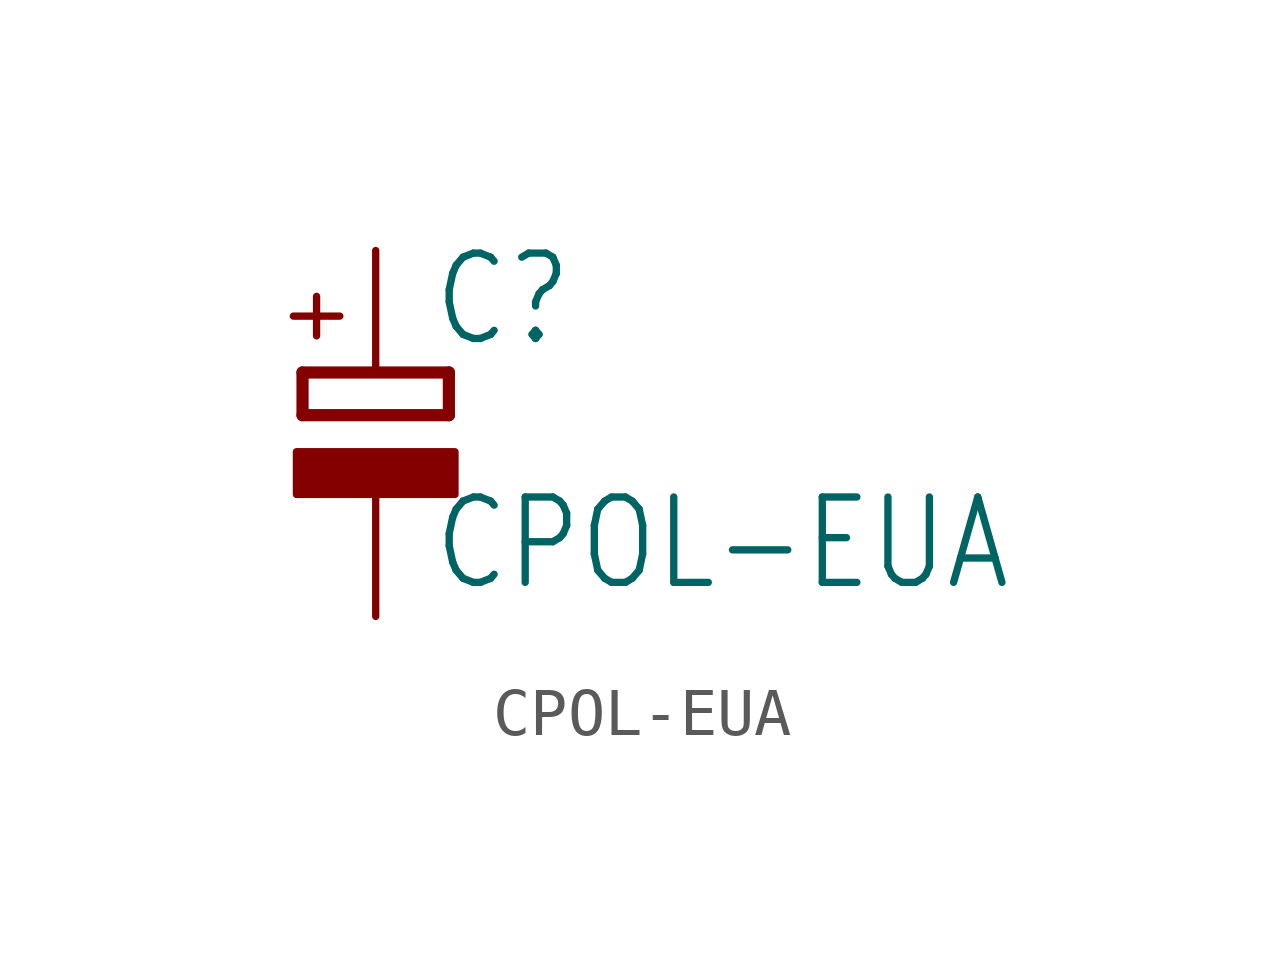
<source format=kicad_sym>
(kicad_symbol_lib
  (version 20210619)
  (generator kicad_symbol_editor)
  (symbol "CPOL-EUA"
    (property "Reference" "C"
      (at 1.143 0.483 0)
      (effects (font (size 1.778 1.511)) (justify left bottom)))
    (property "Value" "CPOL-EUA"
      (at 1.143 -4.597 0)
      (effects (font (size 1.778 1.511)) (justify left bottom)))
    (property "ki_locked" ""
      (at 0 0 0)
      (effects (font (size 1.27 1.27))))
    (symbol "CPOL-EUA_1_0"
      (text "+" (at -0.584 0.406 900) (effects (font (size 1.27 1.079)) (justify left bottom)))
      (rectangle (start -1.651 -2.54) (end 1.651 -1.651) (stroke (width 0)) (fill (type outline)))
      (polyline (pts (xy -1.524 -0.889) (xy 1.524 -0.889)) (stroke (width 0.254)) (fill (type none)))
      (polyline (pts (xy -1.524 0) (xy -1.524 -0.889)) (stroke (width 0.254)) (fill (type none)))
      (polyline (pts (xy -1.524 0) (xy 1.524 0)) (stroke (width 0.254)) (fill (type none)))
      (polyline (pts (xy 1.524 -0.889) (xy 1.524 0)) (stroke (width 0.254)) (fill (type none)))
      (pin passive line (at 0 2.54 270) (length 2.54) (name "+" (effects (font (size 0 0)))) (number "+" (effects (font (size 0 0)))))
      (pin passive line (at 0 -5.08 90) (length 2.54) (name "-" (effects (font (size 0 0)))) (number "-" (effects (font (size 0 0))))))))
</source>
